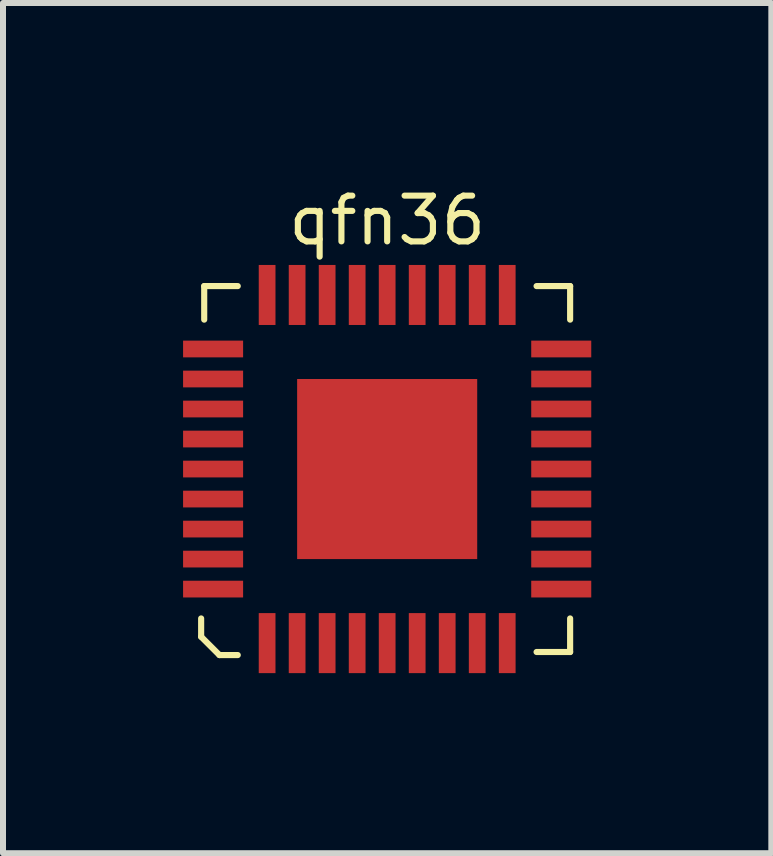
<source format=kicad_pcb>
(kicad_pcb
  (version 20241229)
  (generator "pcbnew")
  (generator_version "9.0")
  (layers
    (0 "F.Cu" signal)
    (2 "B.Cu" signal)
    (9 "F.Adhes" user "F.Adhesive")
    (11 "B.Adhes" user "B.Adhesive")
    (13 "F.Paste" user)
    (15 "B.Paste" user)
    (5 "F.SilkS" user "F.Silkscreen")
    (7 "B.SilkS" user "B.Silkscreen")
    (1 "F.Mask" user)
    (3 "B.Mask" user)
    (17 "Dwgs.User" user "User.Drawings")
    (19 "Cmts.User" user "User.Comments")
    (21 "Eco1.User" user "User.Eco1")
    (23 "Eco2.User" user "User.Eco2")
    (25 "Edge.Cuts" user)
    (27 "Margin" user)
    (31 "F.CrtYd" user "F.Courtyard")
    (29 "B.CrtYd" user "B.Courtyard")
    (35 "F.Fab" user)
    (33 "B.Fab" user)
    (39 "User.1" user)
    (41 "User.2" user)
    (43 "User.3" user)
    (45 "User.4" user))
  (footprint "qfn36"
    (layer "F.Cu")
    (at 3.4 4.764)
    (property "Reference" "qfn36" (at 0 -4.14 0) (layer "F.SilkS") (effects (font (size 0.762 0.762) (thickness 0.102))))
    (attr smd)
    (fp_line (start -3.099 2.489) (end -3.099 2.794) (stroke (width 0.102) (type solid)) (layer "F.SilkS"))
    (fp_line (start -3.099 2.794) (end -2.794 3.099) (stroke (width 0.102) (type solid)) (layer "F.SilkS"))
    (fp_line (start -3.048 -3.048) (end -3.048 -2.489) (stroke (width 0.102) (type solid)) (layer "F.SilkS"))
    (fp_line (start -3.048 -3.048) (end -2.489 -3.048) (stroke (width 0.102) (type solid)) (layer "F.SilkS"))
    (fp_line (start -2.794 3.099) (end -2.489 3.099) (stroke (width 0.102) (type solid)) (layer "F.SilkS"))
    (fp_line (start 3.048 -3.048) (end 2.489 -3.048) (stroke (width 0.102) (type solid)) (layer "F.SilkS"))
    (fp_line (start 3.048 -3.048) (end 3.048 -2.489) (stroke (width 0.102) (type solid)) (layer "F.SilkS"))
    (fp_line (start 3.048 3.048) (end 2.489 3.048) (stroke (width 0.102) (type solid)) (layer "F.SilkS"))
    (fp_line (start 3.048 3.048) (end 3.048 2.489) (stroke (width 0.102) (type solid)) (layer "F.SilkS"))
    (pad "1" smd rect (at -2 2.9) (size 0.279 1) (layers "F.Cu" "F.Mask" "F.Paste"))
    (pad "2" smd rect (at -1.5 2.9) (size 0.279 1) (layers "F.Cu" "F.Mask" "F.Paste"))
    (pad "3" smd rect (at -1 2.9) (size 0.279 1) (layers "F.Cu" "F.Mask" "F.Paste"))
    (pad "4" smd rect (at -0.5 2.9) (size 0.279 1) (layers "F.Cu" "F.Mask" "F.Paste"))
    (pad "5" smd rect (at 0 2.9) (size 0.279 1) (layers "F.Cu" "F.Mask" "F.Paste"))
    (pad "6" smd rect (at 0.5 2.9) (size 0.279 1) (layers "F.Cu" "F.Mask" "F.Paste"))
    (pad "7" smd rect (at 1 2.9) (size 0.279 1) (layers "F.Cu" "F.Mask" "F.Paste"))
    (pad "8" smd rect (at 1.5 2.9) (size 0.279 1) (layers "F.Cu" "F.Mask" "F.Paste"))
    (pad "9" smd rect (at 2 2.9) (size 0.279 1) (layers "F.Cu" "F.Mask" "F.Paste"))
    (pad "10" smd rect (at 2.9 2 90) (size 0.279 1) (layers "F.Cu" "F.Mask" "F.Paste"))
    (pad "11" smd rect (at 2.9 1.5 90) (size 0.279 1) (layers "F.Cu" "F.Mask" "F.Paste"))
    (pad "12" smd rect (at 2.9 1 90) (size 0.279 1) (layers "F.Cu" "F.Mask" "F.Paste"))
    (pad "13" smd rect (at 2.9 0.5 90) (size 0.279 1) (layers "F.Cu" "F.Mask" "F.Paste"))
    (pad "14" smd rect (at 2.9 0 90) (size 0.279 1) (layers "F.Cu" "F.Mask" "F.Paste"))
    (pad "15" smd rect (at 2.9 -0.5 90) (size 0.279 1) (layers "F.Cu" "F.Mask" "F.Paste"))
    (pad "16" smd rect (at 2.9 -1 90) (size 0.279 1) (layers "F.Cu" "F.Mask" "F.Paste"))
    (pad "17" smd rect (at 2.9 -1.5 90) (size 0.279 1) (layers "F.Cu" "F.Mask" "F.Paste"))
    (pad "18" smd rect (at 2.9 -2 90) (size 0.279 1) (layers "F.Cu" "F.Mask" "F.Paste"))
    (pad "19" smd rect (at 2 -2.9 180) (size 0.279 1) (layers "F.Cu" "F.Mask" "F.Paste"))
    (pad "20" smd rect (at 1.5 -2.9 180) (size 0.279 1) (layers "F.Cu" "F.Mask" "F.Paste"))
    (pad "21" smd rect (at 1 -2.9 180) (size 0.279 1) (layers "F.Cu" "F.Mask" "F.Paste"))
    (pad "22" smd rect (at 0.5 -2.9 180) (size 0.279 1) (layers "F.Cu" "F.Mask" "F.Paste"))
    (pad "23" smd rect (at 0 -2.9 180) (size 0.279 1) (layers "F.Cu" "F.Mask" "F.Paste"))
    (pad "24" smd rect (at -0.5 -2.9 180) (size 0.279 1) (layers "F.Cu" "F.Mask" "F.Paste"))
    (pad "25" smd rect (at -1 -2.9 180) (size 0.279 1) (layers "F.Cu" "F.Mask" "F.Paste"))
    (pad "26" smd rect (at -1.5 -2.9 180) (size 0.279 1) (layers "F.Cu" "F.Mask" "F.Paste"))
    (pad "27" smd rect (at -2 -2.9 180) (size 0.279 1) (layers "F.Cu" "F.Mask" "F.Paste"))
    (pad "28" smd rect (at -2.9 -2 270) (size 0.279 1) (layers "F.Cu" "F.Mask" "F.Paste"))
    (pad "29" smd rect (at -2.9 -1.5 270) (size 0.279 1) (layers "F.Cu" "F.Mask" "F.Paste"))
    (pad "30" smd rect (at -2.9 -1 270) (size 0.279 1) (layers "F.Cu" "F.Mask" "F.Paste"))
    (pad "31" smd rect (at -2.9 -0.5 270) (size 0.279 1) (layers "F.Cu" "F.Mask" "F.Paste"))
    (pad "32" smd rect (at -2.9 0 90) (size 0.279 1) (layers "F.Cu" "F.Mask" "F.Paste"))
    (pad "33" smd rect (at -2.9 0.5 270) (size 0.279 1) (layers "F.Cu" "F.Mask" "F.Paste"))
    (pad "34" smd rect (at -2.9 1 270) (size 0.279 1) (layers "F.Cu" "F.Mask" "F.Paste"))
    (pad "35" smd rect (at -2.9 1.5 270) (size 0.279 1) (layers "F.Cu" "F.Mask" "F.Paste"))
    (pad "36" smd rect (at -2.9 2 270) (size 0.279 1) (layers "F.Cu" "F.Mask" "F.Paste"))
    (pad "PAD" smd rect (at 0 0) (size 3 3) (layers "F.Cu" "F.Mask" "F.Paste")))
  (gr_rect
    (start -3 -3)
    (end 9.8 11.164)
    (stroke (width 0.1) (type default))
    (fill no)
    (layer "Edge.Cuts")))
</source>
